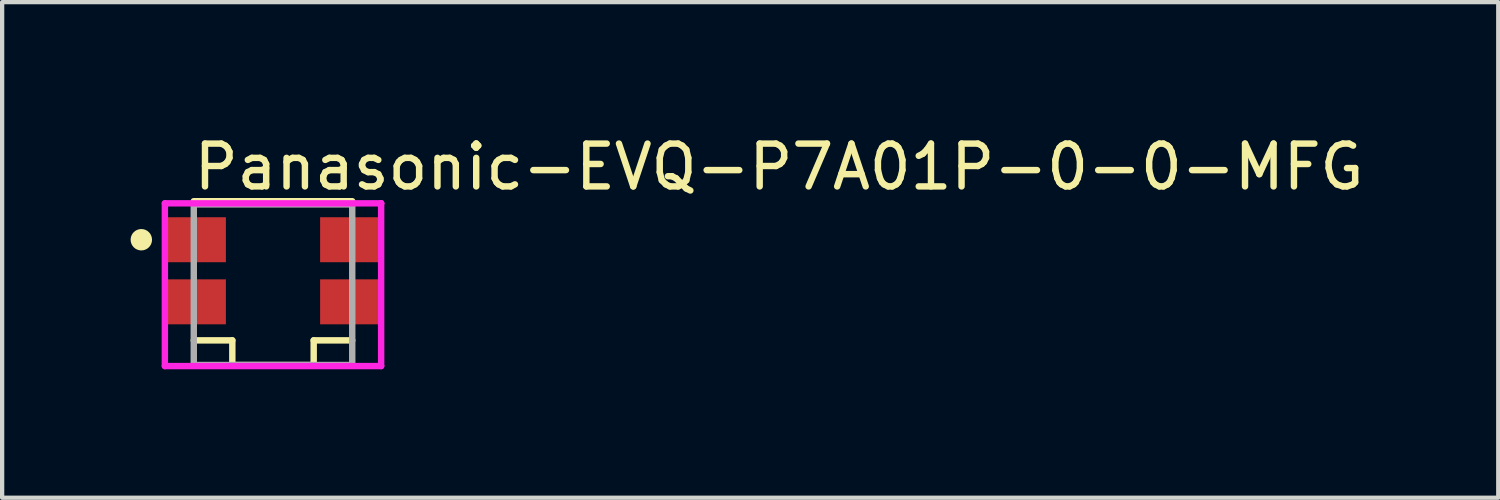
<source format=kicad_pcb>
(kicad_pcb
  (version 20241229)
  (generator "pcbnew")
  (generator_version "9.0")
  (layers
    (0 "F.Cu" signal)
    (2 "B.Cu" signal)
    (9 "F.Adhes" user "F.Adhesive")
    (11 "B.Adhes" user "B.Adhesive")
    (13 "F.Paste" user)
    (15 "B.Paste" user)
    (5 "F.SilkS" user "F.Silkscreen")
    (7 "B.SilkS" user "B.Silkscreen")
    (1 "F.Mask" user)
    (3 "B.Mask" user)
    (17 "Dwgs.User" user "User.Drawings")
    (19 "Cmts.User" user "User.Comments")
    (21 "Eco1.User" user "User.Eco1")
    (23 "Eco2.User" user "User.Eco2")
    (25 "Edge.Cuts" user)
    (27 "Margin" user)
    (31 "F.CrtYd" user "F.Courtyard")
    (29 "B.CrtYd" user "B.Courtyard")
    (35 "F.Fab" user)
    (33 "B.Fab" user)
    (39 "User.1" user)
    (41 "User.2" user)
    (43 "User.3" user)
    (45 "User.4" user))
  (footprint "Panasonic-EVQ-P7A01P-0-0-MFG"
    (layer "F.Cu")
    (at 3.325 3.598)
    (property "Reference" "Panasonic-EVQ-P7A01P-0-0-MFG" (at -1.925 -2.75 0) (layer "F.SilkS") (effects (font (size 1 1) (thickness 0.15)) (justify left)))
    (attr through_hole)
    (fp_line (start -1.85 1.3) (end -0.95 1.3) (stroke (width 0.15) (type solid)) (layer "F.SilkS"))
    (fp_line (start -0.95 1.3) (end -0.95 1.875) (stroke (width 0.15) (type solid)) (layer "F.SilkS"))
    (fp_line (start 0.95 1.3) (end 0.95 1.875) (stroke (width 0.15) (type solid)) (layer "F.SilkS"))
    (fp_line (start 0.95 1.3) (end 1.85 1.3) (stroke (width 0.15) (type solid)) (layer "F.SilkS"))
    (fp_line (start 0.95 1.875) (end -0.95 1.875) (stroke (width 0.15) (type solid)) (layer "F.SilkS"))
    (fp_line (start 1.85 -1.95) (end -1.85 -1.95) (stroke (width 0.15) (type solid)) (layer "F.SilkS"))
    (fp_circle (center -3.075 -1.05) (end -2.95 -1.05) (stroke (width 0.25) (type solid)) (fill no) (layer "F.SilkS"))
    (fp_line (start -2.525 -1.9) (end -2.525 1.9) (stroke (width 0.15) (type solid)) (layer "F.CrtYd"))
    (fp_line (start -2.525 1.9) (end 2.525 1.9) (stroke (width 0.15) (type solid)) (layer "F.CrtYd"))
    (fp_line (start 2.525 -1.9) (end -2.525 -1.9) (stroke (width 0.15) (type solid)) (layer "F.CrtYd"))
    (fp_line (start 2.525 -1.9) (end 2.525 -1.9) (stroke (width 0.15) (type solid)) (layer "F.CrtYd"))
    (fp_line (start 2.525 1.9) (end 2.525 -1.9) (stroke (width 0.15) (type solid)) (layer "F.CrtYd"))
    (fp_line (start -1.85 -1.875) (end 1.85 -1.875) (stroke (width 0.15) (type solid)) (layer "F.Fab"))
    (fp_line (start -1.85 1.875) (end -1.85 -1.875) (stroke (width 0.15) (type solid)) (layer "F.Fab"))
    (fp_line (start 1.85 -1.875) (end 1.85 1.875) (stroke (width 0.15) (type solid)) (layer "F.Fab"))
    (fp_line (start 1.85 1.875) (end -1.85 1.875) (stroke (width 0.15) (type solid)) (layer "F.Fab"))
    (pad "1" smd rect (at -1.8 -1.05) (size 1.4 1.05) (layers "F.Cu" "F.Mask" "F.Paste"))
    (pad "1'" smd rect (at 1.8 -1.05) (size 1.4 1.05) (layers "F.Cu" "F.Mask" "F.Paste"))
    (pad "2" smd rect (at -1.8 0.4) (size 1.4 1.05) (layers "F.Cu" "F.Mask" "F.Paste"))
    (pad "2'" smd rect (at 1.8 0.4) (size 1.4 1.05) (layers "F.Cu" "F.Mask" "F.Paste")))
  (gr_rect
    (start -3 -3)
    (end 31.936 8.573)
    (stroke (width 0.1) (type default))
    (fill no)
    (layer "Edge.Cuts")))
</source>
